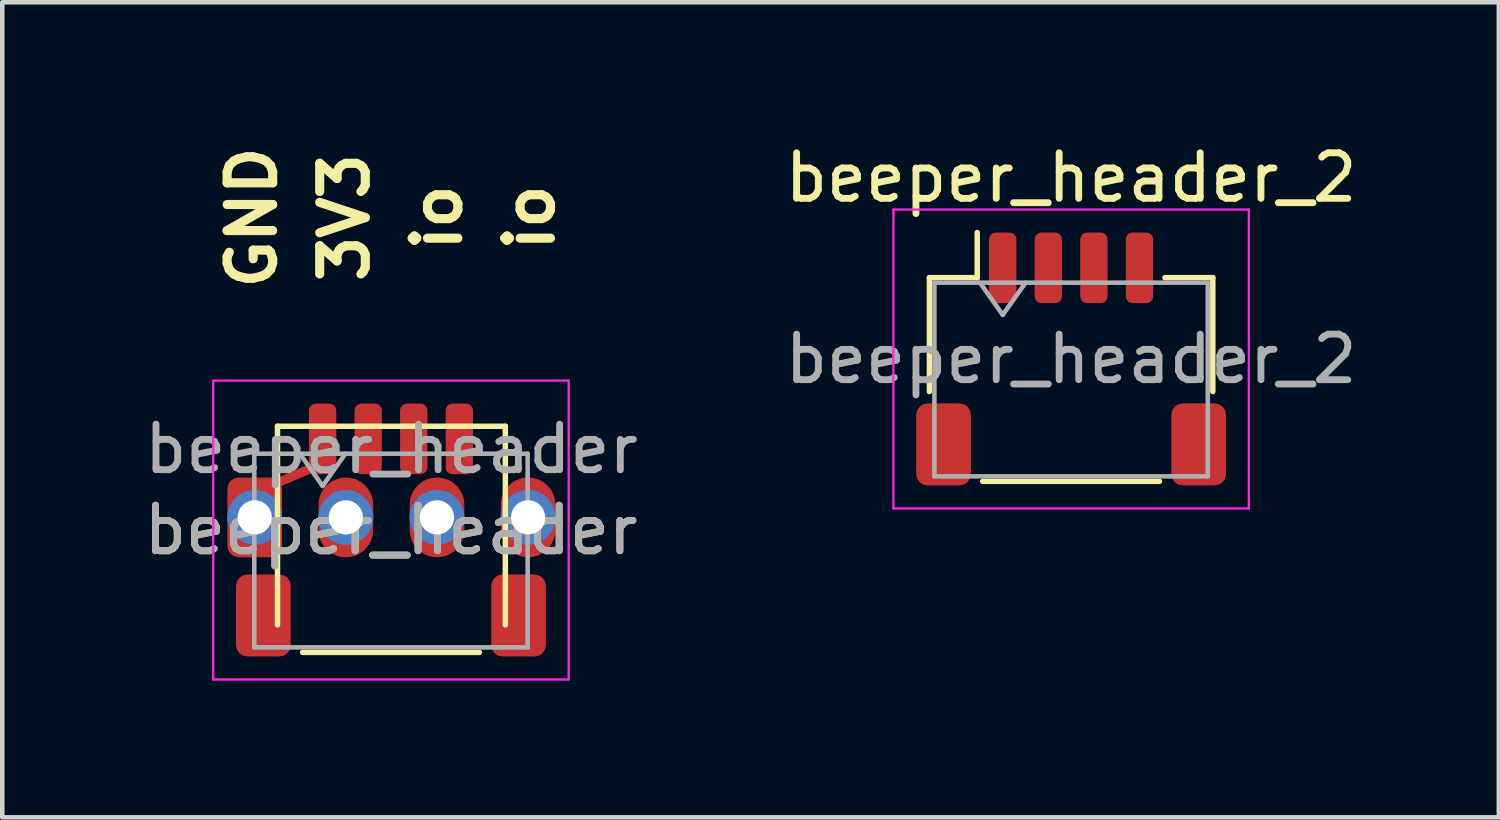
<source format=kicad_pcb>
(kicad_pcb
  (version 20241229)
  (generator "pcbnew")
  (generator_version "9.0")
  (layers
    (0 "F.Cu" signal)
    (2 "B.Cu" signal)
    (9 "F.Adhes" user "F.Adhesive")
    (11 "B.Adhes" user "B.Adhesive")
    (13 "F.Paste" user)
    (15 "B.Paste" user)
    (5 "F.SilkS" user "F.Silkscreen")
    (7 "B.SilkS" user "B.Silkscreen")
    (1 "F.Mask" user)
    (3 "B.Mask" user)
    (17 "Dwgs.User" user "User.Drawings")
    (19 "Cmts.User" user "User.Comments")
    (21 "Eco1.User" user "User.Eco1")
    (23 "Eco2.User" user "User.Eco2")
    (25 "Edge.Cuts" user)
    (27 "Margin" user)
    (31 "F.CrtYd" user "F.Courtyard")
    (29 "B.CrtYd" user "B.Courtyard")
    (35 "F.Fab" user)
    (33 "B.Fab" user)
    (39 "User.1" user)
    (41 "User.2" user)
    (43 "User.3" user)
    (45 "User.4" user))
  (footprint "beeper_header"
    (layer "F.Cu")
    (at 5.53 8.582)
    (property "Reference" "beeper_header" (at 0 0 0) (layer "F.SilkS") (effects (font (size 1 1) (thickness 0.15))))
    (attr smd)
    (fp_line (start -2.54 -1.016) (end -1.651 -1.397) (stroke (width 0.2) (type solid)) (layer "F.Cu"))
    (fp_poly (pts (xy -2.544 -1.134) (xy -2.463 -1.08) (xy -2.409 -0.999) (xy -2.39 -0.903) (xy -2.39 0.347) (xy -2.409 0.443) (xy -2.463 0.524) (xy -2.544 0.578) (xy -2.64 0.597) (xy -3.34 0.597) (xy -3.436 0.578) (xy -3.517 0.524) (xy -3.571 0.443) (xy -3.59 0.347) (xy -3.59 -0.903) (xy -3.571 -0.999) (xy -3.517 -1.08) (xy -3.436 -1.134) (xy -3.34 -1.153) (xy -2.64 -1.153)) (stroke (width 0) (type solid)) (fill yes) (layer "F.Cu"))
    (fp_poly (pts (xy -1.293 -2.764) (xy -1.244 -2.731) (xy -1.211 -2.682) (xy -1.2 -2.625) (xy -1.2 -1.375) (xy -1.211 -1.318) (xy -1.244 -1.269) (xy -1.293 -1.236) (xy -1.35 -1.225) (xy -1.65 -1.225) (xy -1.707 -1.236) (xy -1.756 -1.269) (xy -1.789 -1.318) (xy -1.8 -1.375) (xy -1.8 -2.625) (xy -1.789 -2.682) (xy -1.756 -2.731) (xy -1.707 -2.764) (xy -1.65 -2.775) (xy -1.35 -2.775)) (stroke (width 0) (type solid)) (fill yes) (layer "F.Cu"))
    (fp_line (start -2.49 -2.278) (end 2.51 -2.278) (stroke (width 0.12) (type solid)) (layer "F.SilkS"))
    (fp_line (start -2.49 2.082) (end -2.49 -2.278) (stroke (width 0.12) (type solid)) (layer "F.SilkS"))
    (fp_line (start -1.94 2.685) (end 1.94 2.685) (stroke (width 0.12) (type solid)) (layer "F.SilkS"))
    (fp_line (start 2.51 -2.278) (end 2.51 2.082) (stroke (width 0.12) (type solid)) (layer "F.SilkS"))
    (fp_line (start -3.9 -3.28) (end -3.9 3.28) (stroke (width 0.05) (type solid)) (layer "F.CrtYd"))
    (fp_line (start -3.9 3.28) (end 3.9 3.28) (stroke (width 0.05) (type solid)) (layer "F.CrtYd"))
    (fp_line (start 3.9 -3.28) (end -3.9 -3.28) (stroke (width 0.05) (type solid)) (layer "F.CrtYd"))
    (fp_line (start 3.9 3.28) (end 3.9 -3.28) (stroke (width 0.05) (type solid)) (layer "F.CrtYd"))
    (fp_line (start -3 -1.675) (end -3 2.575) (stroke (width 0.1) (type solid)) (layer "F.Fab"))
    (fp_line (start -3 -1.675) (end 3 -1.675) (stroke (width 0.1) (type solid)) (layer "F.Fab"))
    (fp_line (start -3 2.575) (end 3 2.575) (stroke (width 0.1) (type solid)) (layer "F.Fab"))
    (fp_line (start -2 -1.675) (end -1.5 -0.968) (stroke (width 0.1) (type solid)) (layer "F.Fab"))
    (fp_line (start -1.5 -0.968) (end -1 -1.675) (stroke (width 0.1) (type solid)) (layer "F.Fab"))
    (fp_line (start 3 -1.675) (end 3 2.575) (stroke (width 0.1) (type solid)) (layer "F.Fab"))
    (fp_text user "io" (at 1.016 -6.858 90) (unlocked yes) (layer "F.SilkS") (effects (font (size 1 1) (thickness 0.2))))
    (fp_text user "io" (at 3.048 -6.858 90) (unlocked yes) (layer "F.SilkS") (effects (font (size 1 1) (thickness 0.2))))
    (fp_text user "GND" (at -3.048 -6.858 90) (unlocked yes) (layer "F.SilkS") (effects (font (size 1 1) (thickness 0.2))))
    (fp_text user "3V3" (at -1.016 -6.858 90) (unlocked yes) (layer "F.SilkS") (effects (font (size 1 1) (thickness 0.2))))
    (fp_text user "${REFERENCE}" (at 0.01 -1.778 0) (layer "F.Fab") (effects (font (size 1 1) (thickness 0.15))))
    (fp_text user "${REFERENCE}" (at 0 0 0) (layer "F.Fab") (effects (font (size 1 1) (thickness 0.15))))
    (pad "" smd oval (at -0.99 -0.278) (size 1.2 1.75) (layers "F.Cu" "F.Mask" "F.Paste"))
    (pad "" smd custom (at -0.5 -2) (size 0.6 0.6) (layers "F.Cu" "F.Mask" "F.Paste") (options (anchor circle)) (primitives (gr_poly (pts (xy 0.207 -0.764) (xy 0.256 -0.731) (xy 0.289 -0.682) (xy 0.3 -0.625) (xy 0.3 0.625) (xy 0.289 0.682) (xy 0.256 0.731) (xy 0.207 0.764) (xy 0.15 0.775) (xy -0.15 0.775) (xy -0.207 0.764) (xy -0.256 0.731) (xy -0.289 0.682) (xy -0.3 0.625) (xy -0.3 -0.625) (xy -0.289 -0.682) (xy -0.256 -0.731) (xy -0.207 -0.764) (xy -0.15 -0.775) (xy 0.15 -0.775)) (width 0) (fill yes))))
    (pad "" smd custom (at 0.5 -2) (size 0.6 0.6) (layers "F.Cu" "F.Mask" "F.Paste") (options (anchor circle)) (primitives (gr_poly (pts (xy 0.207 -0.764) (xy 0.256 -0.731) (xy 0.289 -0.682) (xy 0.3 -0.625) (xy 0.3 0.625) (xy 0.289 0.682) (xy 0.256 0.731) (xy 0.207 0.764) (xy 0.15 0.775) (xy -0.15 0.775) (xy -0.207 0.764) (xy -0.256 0.731) (xy -0.289 0.682) (xy -0.3 0.625) (xy -0.3 -0.625) (xy -0.289 -0.682) (xy -0.256 -0.731) (xy -0.207 -0.764) (xy -0.15 -0.775) (xy 0.15 -0.775)) (width 0) (fill yes))))
    (pad "" smd oval (at 1.01 -0.278) (size 1.2 1.75) (layers "F.Cu" "F.Mask" "F.Paste"))
    (pad "" smd custom (at 1.5 -2) (size 0.6 0.6) (layers "F.Cu" "F.Mask" "F.Paste") (options (anchor circle)) (primitives (gr_poly (pts (xy 0.207 -0.764) (xy 0.256 -0.731) (xy 0.289 -0.682) (xy 0.3 -0.625) (xy 0.3 0.625) (xy 0.289 0.682) (xy 0.256 0.731) (xy 0.207 0.764) (xy 0.15 0.775) (xy -0.15 0.775) (xy -0.207 0.764) (xy -0.256 0.731) (xy -0.289 0.682) (xy -0.3 0.625) (xy -0.3 -0.625) (xy -0.289 -0.682) (xy -0.256 -0.731) (xy -0.207 -0.764) (xy -0.15 -0.775) (xy 0.15 -0.775)) (width 0) (fill yes))))
    (pad "" smd oval (at 3.01 -0.278) (size 1.2 1.75) (layers "F.Cu" "F.Mask" "F.Paste"))
    (pad "1" thru_hole circle (at -2.99 -0.278) (size 1.2 1.2) (drill 0.75) (layers "*.Cu" "*.Mask"))
    (pad "2" thru_hole circle (at -0.99 -0.278) (size 1.2 1.2) (drill 0.75) (layers "*.Cu" "*.Mask"))
    (pad "3" thru_hole circle (at 1.01 -0.278) (size 1.2 1.2) (drill 0.75) (layers "*.Cu" "*.Mask"))
    (pad "4" thru_hole circle (at 3.01 -0.278) (size 1.2 1.2) (drill 0.75) (layers "*.Cu" "*.Mask"))
    (pad "MP" smd roundrect (at -2.8 1.875) (size 1.2 1.8) (layers "F.Cu" "F.Mask" "F.Paste") (roundrect_rratio 0.208))
    (pad "MP" smd roundrect (at 2.8 1.875) (size 1.2 1.8) (layers "F.Cu" "F.Mask" "F.Paste") (roundrect_rratio 0.208)))
  (footprint "beeper_header_2"
    (layer "F.Cu")
    (at 20.456 4.828)
    (property "Reference" "beeper_header_2" (at 0 -3.98 0) (layer "F.SilkS") (effects (font (size 1 1) (thickness 0.15))))
    (attr smd)
    (fp_line (start -3.11 -1.785) (end -2.06 -1.785) (stroke (width 0.12) (type solid)) (layer "F.SilkS"))
    (fp_line (start -3.11 0.715) (end -3.11 -1.785) (stroke (width 0.12) (type solid)) (layer "F.SilkS"))
    (fp_line (start -2.06 -1.785) (end -2.06 -2.775) (stroke (width 0.12) (type solid)) (layer "F.SilkS"))
    (fp_line (start -1.94 2.685) (end 1.94 2.685) (stroke (width 0.12) (type solid)) (layer "F.SilkS"))
    (fp_line (start 3.11 -1.785) (end 2.06 -1.785) (stroke (width 0.12) (type solid)) (layer "F.SilkS"))
    (fp_line (start 3.11 0.715) (end 3.11 -1.785) (stroke (width 0.12) (type solid)) (layer "F.SilkS"))
    (fp_line (start -3.9 -3.28) (end -3.9 3.28) (stroke (width 0.05) (type solid)) (layer "F.CrtYd"))
    (fp_line (start -3.9 3.28) (end 3.9 3.28) (stroke (width 0.05) (type solid)) (layer "F.CrtYd"))
    (fp_line (start 3.9 -3.28) (end -3.9 -3.28) (stroke (width 0.05) (type solid)) (layer "F.CrtYd"))
    (fp_line (start 3.9 3.28) (end 3.9 -3.28) (stroke (width 0.05) (type solid)) (layer "F.CrtYd"))
    (fp_line (start -3 -1.675) (end -3 2.575) (stroke (width 0.1) (type solid)) (layer "F.Fab"))
    (fp_line (start -3 -1.675) (end 3 -1.675) (stroke (width 0.1) (type solid)) (layer "F.Fab"))
    (fp_line (start -3 2.575) (end 3 2.575) (stroke (width 0.1) (type solid)) (layer "F.Fab"))
    (fp_line (start -2 -1.675) (end -1.5 -0.968) (stroke (width 0.1) (type solid)) (layer "F.Fab"))
    (fp_line (start -1.5 -0.968) (end -1 -1.675) (stroke (width 0.1) (type solid)) (layer "F.Fab"))
    (fp_line (start 3 -1.675) (end 3 2.575) (stroke (width 0.1) (type solid)) (layer "F.Fab"))
    (fp_text user "${REFERENCE}" (at 0 0 0) (layer "F.Fab") (effects (font (size 1 1) (thickness 0.15))))
    (pad "1" smd roundrect (at -1.5 -2) (size 0.6 1.55) (layers "F.Cu" "F.Mask" "F.Paste") (roundrect_rratio 0.25))
    (pad "2" smd roundrect (at -0.5 -2) (size 0.6 1.55) (layers "F.Cu" "F.Mask" "F.Paste") (roundrect_rratio 0.25))
    (pad "3" smd roundrect (at 0.5 -2) (size 0.6 1.55) (layers "F.Cu" "F.Mask" "F.Paste") (roundrect_rratio 0.25))
    (pad "4" smd roundrect (at 1.5 -2) (size 0.6 1.55) (layers "F.Cu" "F.Mask" "F.Paste") (roundrect_rratio 0.25))
    (pad "MP" smd roundrect (at -2.8 1.875) (size 1.2 1.8) (layers "F.Cu" "F.Mask" "F.Paste") (roundrect_rratio 0.208))
    (pad "MP" smd roundrect (at 2.8 1.875) (size 1.2 1.8) (layers "F.Cu" "F.Mask" "F.Paste") (roundrect_rratio 0.208)))
  (gr_rect
    (start -3 -3)
    (end 29.843 14.887)
    (stroke (width 0.1) (type default))
    (fill no)
    (layer "Edge.Cuts")))
</source>
